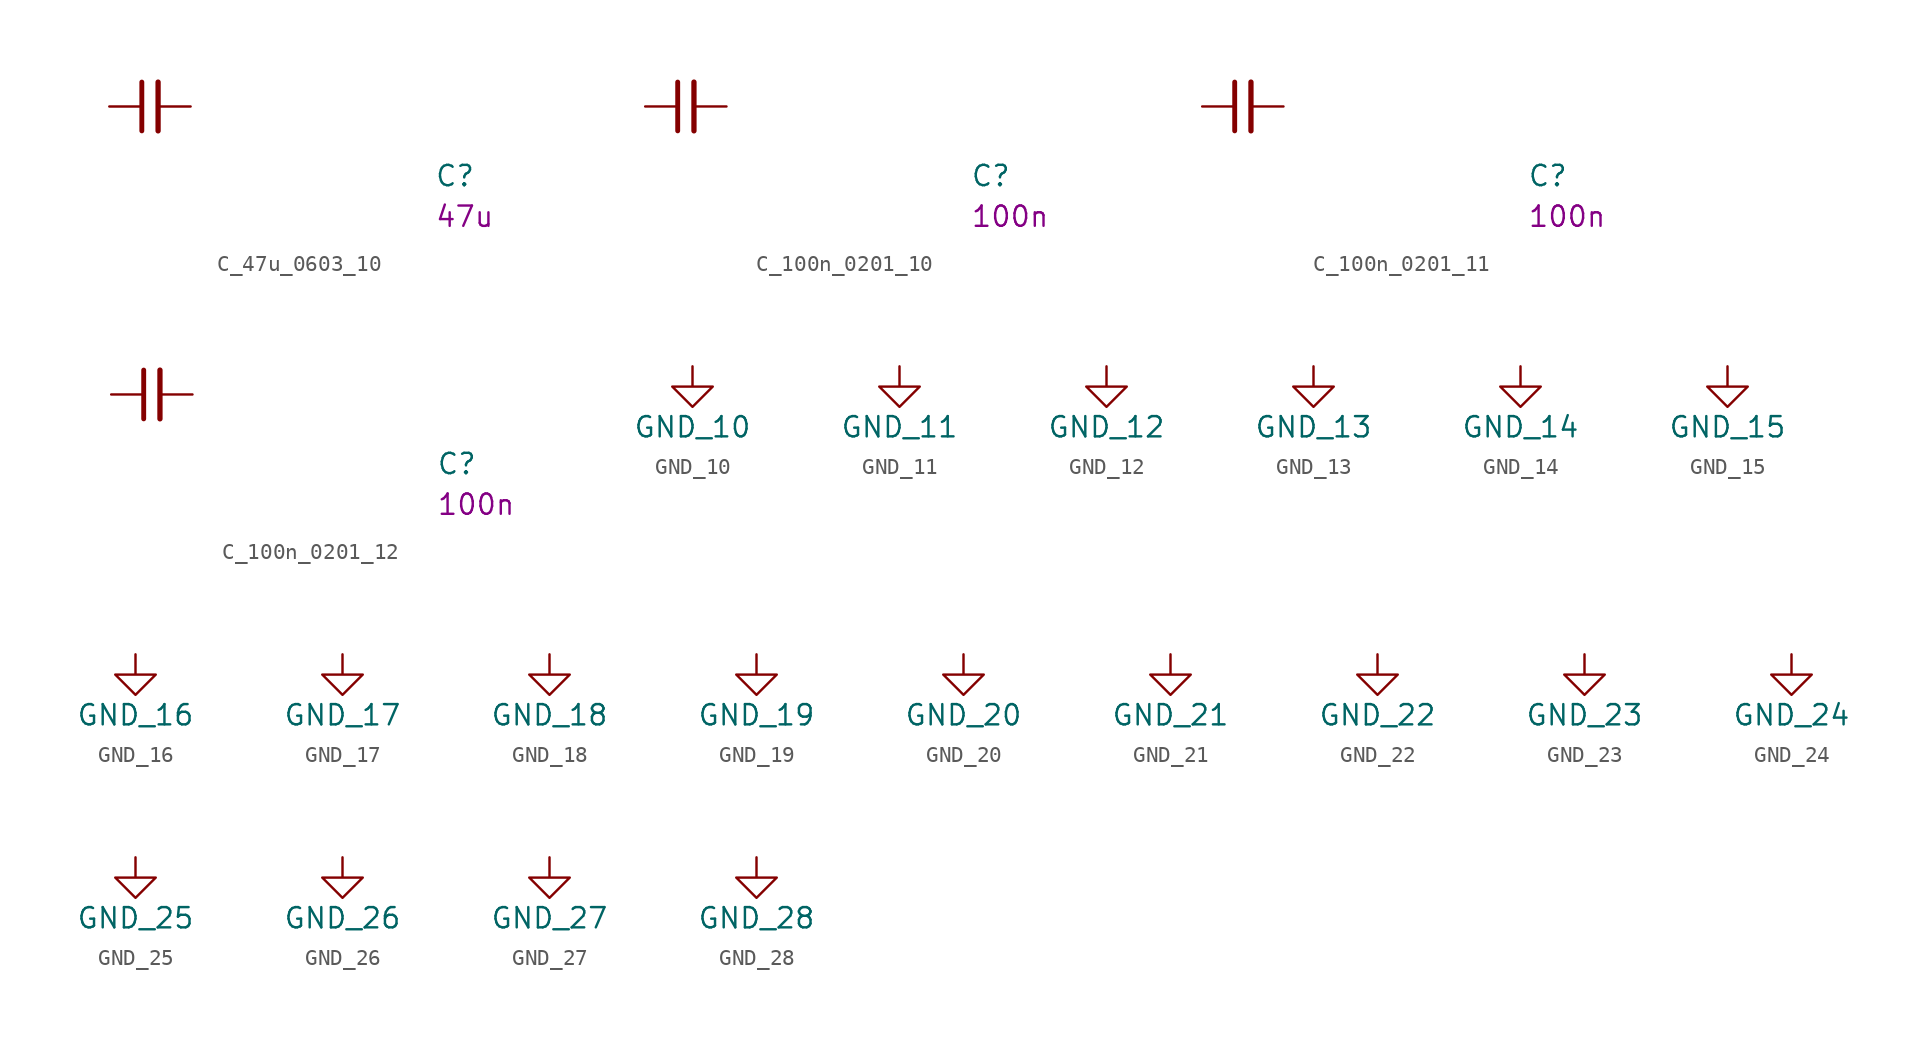
<source format=kicad_sym>
(kicad_symbol_lib
  (version 20211014)
  (generator kicad_symbol_editor)
  (symbol "data-center-rdimm-ddr4-tester:C_47u_0603_10"
    (pin_numbers hide)
    (pin_names hide)
    (property "Reference" "C"
      (at 20.32 -5.08 0)
      (effects (font (size 1.27 1.27) (thickness 0.15)) (justify left bottom)))
    (property "Val" "47u"
      (at 20.32 -7.62 0)
      (effects (font (size 1.27 1.27) (thickness 0.15)) (justify left bottom)))
    (symbol "C_47u_0603_10_0_1"
      (polyline (pts (xy 2.032 -1.524) (xy 2.032 1.524)) (stroke (width 0.305) (type default)) (fill (type none)))
      (polyline (pts (xy 3.048 -1.524) (xy 3.048 1.524)) (stroke (width 0.33) (type default)) (fill (type none))))
    (symbol "C_47u_0603_10_1_1"
      (pin passive line (at 0 0 0) (length 2.032) (name "~" (effects (font (size 1.27 1.27)))) (number "1" (effects (font (size 1.27 1.27)))))
      (pin passive line (at 5.08 0 180) (length 2.032) (name "~" (effects (font (size 1.27 1.27)))) (number "2" (effects (font (size 1.27 1.27)))))))
  (symbol "data-center-rdimm-ddr4-tester:C_100n_0201_10"
    (pin_numbers hide)
    (pin_names hide)
    (property "Reference" "C"
      (at 20.32 -5.08 0)
      (effects (font (size 1.27 1.27) (thickness 0.15)) (justify left bottom)))
    (property "Val" "100n"
      (at 20.32 -7.62 0)
      (effects (font (size 1.27 1.27) (thickness 0.15)) (justify left bottom)))
    (symbol "C_100n_0201_10_0_1"
      (polyline (pts (xy 2.032 -1.524) (xy 2.032 1.524)) (stroke (width 0.305) (type default)) (fill (type none)))
      (polyline (pts (xy 3.048 -1.524) (xy 3.048 1.524)) (stroke (width 0.33) (type default)) (fill (type none))))
    (symbol "C_100n_0201_10_1_1"
      (pin passive line (at 0 0 0) (length 2.032) (name "~" (effects (font (size 1.27 1.27)))) (number "1" (effects (font (size 1.27 1.27)))))
      (pin passive line (at 5.08 0 180) (length 2.032) (name "~" (effects (font (size 1.27 1.27)))) (number "2" (effects (font (size 1.27 1.27)))))))
  (symbol "data-center-rdimm-ddr4-tester:C_100n_0201_11"
    (pin_numbers hide)
    (pin_names hide)
    (property "Reference" "C"
      (at 20.32 -5.08 0)
      (effects (font (size 1.27 1.27) (thickness 0.15)) (justify left bottom)))
    (property "Val" "100n"
      (at 20.32 -7.62 0)
      (effects (font (size 1.27 1.27) (thickness 0.15)) (justify left bottom)))
    (symbol "C_100n_0201_11_0_1"
      (polyline (pts (xy 2.032 -1.524) (xy 2.032 1.524)) (stroke (width 0.305) (type default)) (fill (type none)))
      (polyline (pts (xy 3.048 -1.524) (xy 3.048 1.524)) (stroke (width 0.33) (type default)) (fill (type none))))
    (symbol "C_100n_0201_11_1_1"
      (pin passive line (at 0 0 0) (length 2.032) (name "~" (effects (font (size 1.27 1.27)))) (number "1" (effects (font (size 1.27 1.27)))))
      (pin passive line (at 5.08 0 180) (length 2.032) (name "~" (effects (font (size 1.27 1.27)))) (number "2" (effects (font (size 1.27 1.27)))))))
  (symbol "data-center-rdimm-ddr4-tester:C_100n_0201_12"
    (pin_numbers hide)
    (pin_names hide)
    (property "Reference" "C"
      (at 20.32 -5.08 0)
      (effects (font (size 1.27 1.27) (thickness 0.15)) (justify left bottom)))
    (property "Val" "100n"
      (at 20.32 -7.62 0)
      (effects (font (size 1.27 1.27) (thickness 0.15)) (justify left bottom)))
    (symbol "C_100n_0201_12_0_1"
      (polyline (pts (xy 2.032 -1.524) (xy 2.032 1.524)) (stroke (width 0.305) (type default)) (fill (type none)))
      (polyline (pts (xy 3.048 -1.524) (xy 3.048 1.524)) (stroke (width 0.33) (type default)) (fill (type none))))
    (symbol "C_100n_0201_12_1_1"
      (pin passive line (at 0 0 0) (length 2.032) (name "~" (effects (font (size 1.27 1.27)))) (number "1" (effects (font (size 1.27 1.27)))))
      (pin passive line (at 5.08 0 180) (length 2.032) (name "~" (effects (font (size 1.27 1.27)))) (number "2" (effects (font (size 1.27 1.27)))))))
  (symbol "data-center-rdimm-ddr4-tester:GND_10"
    (power)
    (pin_names
      (offset 0))
    (property "Reference" "#PWR"
      (at 0 -6.35 0)
      (effects (font (size 1.27 1.27)) hide))
    (property "Value" "GND_10"
      (at 0 -3.81 0)
      (effects (font (size 1.27 1.27))))
    (symbol "GND_10_0_1"
      (polyline (pts (xy 0 0) (xy 0 -1.27) (xy 1.27 -1.27) (xy 0 -2.54) (xy -1.27 -1.27) (xy 0 -1.27)) (stroke (width 0) (type default)) (fill (type none))))
    (symbol "GND_10_1_1"
      (pin power_in line (at 0 0 270) (length 0) hide (name "GND" (effects (font (size 1.27 1.27)))) (number "1" (effects (font (size 1.27 1.27)))))))
  (symbol "data-center-rdimm-ddr4-tester:GND_11"
    (power)
    (pin_names
      (offset 0))
    (property "Reference" "#PWR"
      (at 0 -6.35 0)
      (effects (font (size 1.27 1.27)) hide))
    (property "Value" "GND_11"
      (at 0 -3.81 0)
      (effects (font (size 1.27 1.27))))
    (symbol "GND_11_0_1"
      (polyline (pts (xy 0 0) (xy 0 -1.27) (xy 1.27 -1.27) (xy 0 -2.54) (xy -1.27 -1.27) (xy 0 -1.27)) (stroke (width 0) (type default)) (fill (type none))))
    (symbol "GND_11_1_1"
      (pin power_in line (at 0 0 270) (length 0) hide (name "GND" (effects (font (size 1.27 1.27)))) (number "1" (effects (font (size 1.27 1.27)))))))
  (symbol "data-center-rdimm-ddr4-tester:GND_12"
    (power)
    (pin_names
      (offset 0))
    (property "Reference" "#PWR"
      (at 0 -6.35 0)
      (effects (font (size 1.27 1.27)) hide))
    (property "Value" "GND_12"
      (at 0 -3.81 0)
      (effects (font (size 1.27 1.27))))
    (symbol "GND_12_0_1"
      (polyline (pts (xy 0 0) (xy 0 -1.27) (xy 1.27 -1.27) (xy 0 -2.54) (xy -1.27 -1.27) (xy 0 -1.27)) (stroke (width 0) (type default)) (fill (type none))))
    (symbol "GND_12_1_1"
      (pin power_in line (at 0 0 270) (length 0) hide (name "GND" (effects (font (size 1.27 1.27)))) (number "1" (effects (font (size 1.27 1.27)))))))
  (symbol "data-center-rdimm-ddr4-tester:GND_13"
    (power)
    (pin_names
      (offset 0))
    (property "Reference" "#PWR"
      (at 0 -6.35 0)
      (effects (font (size 1.27 1.27)) hide))
    (property "Value" "GND_13"
      (at 0 -3.81 0)
      (effects (font (size 1.27 1.27))))
    (symbol "GND_13_0_1"
      (polyline (pts (xy 0 0) (xy 0 -1.27) (xy 1.27 -1.27) (xy 0 -2.54) (xy -1.27 -1.27) (xy 0 -1.27)) (stroke (width 0) (type default)) (fill (type none))))
    (symbol "GND_13_1_1"
      (pin power_in line (at 0 0 270) (length 0) hide (name "GND" (effects (font (size 1.27 1.27)))) (number "1" (effects (font (size 1.27 1.27)))))))
  (symbol "data-center-rdimm-ddr4-tester:GND_14"
    (power)
    (pin_names
      (offset 0))
    (property "Reference" "#PWR"
      (at 0 -6.35 0)
      (effects (font (size 1.27 1.27)) hide))
    (property "Value" "GND_14"
      (at 0 -3.81 0)
      (effects (font (size 1.27 1.27))))
    (symbol "GND_14_0_1"
      (polyline (pts (xy 0 0) (xy 0 -1.27) (xy 1.27 -1.27) (xy 0 -2.54) (xy -1.27 -1.27) (xy 0 -1.27)) (stroke (width 0) (type default)) (fill (type none))))
    (symbol "GND_14_1_1"
      (pin power_in line (at 0 0 270) (length 0) hide (name "GND" (effects (font (size 1.27 1.27)))) (number "1" (effects (font (size 1.27 1.27)))))))
  (symbol "data-center-rdimm-ddr4-tester:GND_15"
    (power)
    (pin_names
      (offset 0))
    (property "Reference" "#PWR"
      (at 0 -6.35 0)
      (effects (font (size 1.27 1.27)) hide))
    (property "Value" "GND_15"
      (at 0 -3.81 0)
      (effects (font (size 1.27 1.27))))
    (symbol "GND_15_0_1"
      (polyline (pts (xy 0 0) (xy 0 -1.27) (xy 1.27 -1.27) (xy 0 -2.54) (xy -1.27 -1.27) (xy 0 -1.27)) (stroke (width 0) (type default)) (fill (type none))))
    (symbol "GND_15_1_1"
      (pin power_in line (at 0 0 270) (length 0) hide (name "GND" (effects (font (size 1.27 1.27)))) (number "1" (effects (font (size 1.27 1.27)))))))
  (symbol "data-center-rdimm-ddr4-tester:GND_16"
    (power)
    (pin_names
      (offset 0))
    (property "Reference" "#PWR"
      (at 0 -6.35 0)
      (effects (font (size 1.27 1.27)) hide))
    (property "Value" "GND_16"
      (at 0 -3.81 0)
      (effects (font (size 1.27 1.27))))
    (symbol "GND_16_0_1"
      (polyline (pts (xy 0 0) (xy 0 -1.27) (xy 1.27 -1.27) (xy 0 -2.54) (xy -1.27 -1.27) (xy 0 -1.27)) (stroke (width 0) (type default)) (fill (type none))))
    (symbol "GND_16_1_1"
      (pin power_in line (at 0 0 270) (length 0) hide (name "GND" (effects (font (size 1.27 1.27)))) (number "1" (effects (font (size 1.27 1.27)))))))
  (symbol "data-center-rdimm-ddr4-tester:GND_17"
    (power)
    (pin_names
      (offset 0))
    (property "Reference" "#PWR"
      (at 0 -6.35 0)
      (effects (font (size 1.27 1.27)) hide))
    (property "Value" "GND_17"
      (at 0 -3.81 0)
      (effects (font (size 1.27 1.27))))
    (symbol "GND_17_0_1"
      (polyline (pts (xy 0 0) (xy 0 -1.27) (xy 1.27 -1.27) (xy 0 -2.54) (xy -1.27 -1.27) (xy 0 -1.27)) (stroke (width 0) (type default)) (fill (type none))))
    (symbol "GND_17_1_1"
      (pin power_in line (at 0 0 270) (length 0) hide (name "GND" (effects (font (size 1.27 1.27)))) (number "1" (effects (font (size 1.27 1.27)))))))
  (symbol "data-center-rdimm-ddr4-tester:GND_18"
    (power)
    (pin_names
      (offset 0))
    (property "Reference" "#PWR"
      (at 0 -6.35 0)
      (effects (font (size 1.27 1.27)) hide))
    (property "Value" "GND_18"
      (at 0 -3.81 0)
      (effects (font (size 1.27 1.27))))
    (symbol "GND_18_0_1"
      (polyline (pts (xy 0 0) (xy 0 -1.27) (xy 1.27 -1.27) (xy 0 -2.54) (xy -1.27 -1.27) (xy 0 -1.27)) (stroke (width 0) (type default)) (fill (type none))))
    (symbol "GND_18_1_1"
      (pin power_in line (at 0 0 270) (length 0) hide (name "GND" (effects (font (size 1.27 1.27)))) (number "1" (effects (font (size 1.27 1.27)))))))
  (symbol "data-center-rdimm-ddr4-tester:GND_19"
    (power)
    (pin_names
      (offset 0))
    (property "Reference" "#PWR"
      (at 0 -6.35 0)
      (effects (font (size 1.27 1.27)) hide))
    (property "Value" "GND_19"
      (at 0 -3.81 0)
      (effects (font (size 1.27 1.27))))
    (symbol "GND_19_0_1"
      (polyline (pts (xy 0 0) (xy 0 -1.27) (xy 1.27 -1.27) (xy 0 -2.54) (xy -1.27 -1.27) (xy 0 -1.27)) (stroke (width 0) (type default)) (fill (type none))))
    (symbol "GND_19_1_1"
      (pin power_in line (at 0 0 270) (length 0) hide (name "GND" (effects (font (size 1.27 1.27)))) (number "1" (effects (font (size 1.27 1.27)))))))
  (symbol "data-center-rdimm-ddr4-tester:GND_20"
    (power)
    (pin_names
      (offset 0))
    (property "Reference" "#PWR"
      (at 0 -6.35 0)
      (effects (font (size 1.27 1.27)) hide))
    (property "Value" "GND_20"
      (at 0 -3.81 0)
      (effects (font (size 1.27 1.27))))
    (symbol "GND_20_0_1"
      (polyline (pts (xy 0 0) (xy 0 -1.27) (xy 1.27 -1.27) (xy 0 -2.54) (xy -1.27 -1.27) (xy 0 -1.27)) (stroke (width 0) (type default)) (fill (type none))))
    (symbol "GND_20_1_1"
      (pin power_in line (at 0 0 270) (length 0) hide (name "GND" (effects (font (size 1.27 1.27)))) (number "1" (effects (font (size 1.27 1.27)))))))
  (symbol "data-center-rdimm-ddr4-tester:GND_21"
    (power)
    (pin_names
      (offset 0))
    (property "Reference" "#PWR"
      (at 0 -6.35 0)
      (effects (font (size 1.27 1.27)) hide))
    (property "Value" "GND_21"
      (at 0 -3.81 0)
      (effects (font (size 1.27 1.27))))
    (symbol "GND_21_0_1"
      (polyline (pts (xy 0 0) (xy 0 -1.27) (xy 1.27 -1.27) (xy 0 -2.54) (xy -1.27 -1.27) (xy 0 -1.27)) (stroke (width 0) (type default)) (fill (type none))))
    (symbol "GND_21_1_1"
      (pin power_in line (at 0 0 270) (length 0) hide (name "GND" (effects (font (size 1.27 1.27)))) (number "1" (effects (font (size 1.27 1.27)))))))
  (symbol "data-center-rdimm-ddr4-tester:GND_22"
    (power)
    (pin_names
      (offset 0))
    (property "Reference" "#PWR"
      (at 0 -6.35 0)
      (effects (font (size 1.27 1.27)) hide))
    (property "Value" "GND_22"
      (at 0 -3.81 0)
      (effects (font (size 1.27 1.27))))
    (symbol "GND_22_0_1"
      (polyline (pts (xy 0 0) (xy 0 -1.27) (xy 1.27 -1.27) (xy 0 -2.54) (xy -1.27 -1.27) (xy 0 -1.27)) (stroke (width 0) (type default)) (fill (type none))))
    (symbol "GND_22_1_1"
      (pin power_in line (at 0 0 270) (length 0) hide (name "GND" (effects (font (size 1.27 1.27)))) (number "1" (effects (font (size 1.27 1.27)))))))
  (symbol "data-center-rdimm-ddr4-tester:GND_23"
    (power)
    (pin_names
      (offset 0))
    (property "Reference" "#PWR"
      (at 0 -6.35 0)
      (effects (font (size 1.27 1.27)) hide))
    (property "Value" "GND_23"
      (at 0 -3.81 0)
      (effects (font (size 1.27 1.27))))
    (symbol "GND_23_0_1"
      (polyline (pts (xy 0 0) (xy 0 -1.27) (xy 1.27 -1.27) (xy 0 -2.54) (xy -1.27 -1.27) (xy 0 -1.27)) (stroke (width 0) (type default)) (fill (type none))))
    (symbol "GND_23_1_1"
      (pin power_in line (at 0 0 270) (length 0) hide (name "GND" (effects (font (size 1.27 1.27)))) (number "1" (effects (font (size 1.27 1.27)))))))
  (symbol "data-center-rdimm-ddr4-tester:GND_24"
    (power)
    (pin_names
      (offset 0))
    (property "Reference" "#PWR"
      (at 0 -6.35 0)
      (effects (font (size 1.27 1.27)) hide))
    (property "Value" "GND_24"
      (at 0 -3.81 0)
      (effects (font (size 1.27 1.27))))
    (symbol "GND_24_0_1"
      (polyline (pts (xy 0 0) (xy 0 -1.27) (xy 1.27 -1.27) (xy 0 -2.54) (xy -1.27 -1.27) (xy 0 -1.27)) (stroke (width 0) (type default)) (fill (type none))))
    (symbol "GND_24_1_1"
      (pin power_in line (at 0 0 270) (length 0) hide (name "GND" (effects (font (size 1.27 1.27)))) (number "1" (effects (font (size 1.27 1.27)))))))
  (symbol "data-center-rdimm-ddr4-tester:GND_25"
    (power)
    (pin_names
      (offset 0))
    (property "Reference" "#PWR"
      (at 0 -6.35 0)
      (effects (font (size 1.27 1.27)) hide))
    (property "Value" "GND_25"
      (at 0 -3.81 0)
      (effects (font (size 1.27 1.27))))
    (symbol "GND_25_0_1"
      (polyline (pts (xy 0 0) (xy 0 -1.27) (xy 1.27 -1.27) (xy 0 -2.54) (xy -1.27 -1.27) (xy 0 -1.27)) (stroke (width 0) (type default)) (fill (type none))))
    (symbol "GND_25_1_1"
      (pin power_in line (at 0 0 270) (length 0) hide (name "GND" (effects (font (size 1.27 1.27)))) (number "1" (effects (font (size 1.27 1.27)))))))
  (symbol "data-center-rdimm-ddr4-tester:GND_26"
    (power)
    (pin_names
      (offset 0))
    (property "Reference" "#PWR"
      (at 0 -6.35 0)
      (effects (font (size 1.27 1.27)) hide))
    (property "Value" "GND_26"
      (at 0 -3.81 0)
      (effects (font (size 1.27 1.27))))
    (symbol "GND_26_0_1"
      (polyline (pts (xy 0 0) (xy 0 -1.27) (xy 1.27 -1.27) (xy 0 -2.54) (xy -1.27 -1.27) (xy 0 -1.27)) (stroke (width 0) (type default)) (fill (type none))))
    (symbol "GND_26_1_1"
      (pin power_in line (at 0 0 270) (length 0) hide (name "GND" (effects (font (size 1.27 1.27)))) (number "1" (effects (font (size 1.27 1.27)))))))
  (symbol "data-center-rdimm-ddr4-tester:GND_27"
    (power)
    (pin_names
      (offset 0))
    (property "Reference" "#PWR"
      (at 0 -6.35 0)
      (effects (font (size 1.27 1.27)) hide))
    (property "Value" "GND_27"
      (at 0 -3.81 0)
      (effects (font (size 1.27 1.27))))
    (symbol "GND_27_0_1"
      (polyline (pts (xy 0 0) (xy 0 -1.27) (xy 1.27 -1.27) (xy 0 -2.54) (xy -1.27 -1.27) (xy 0 -1.27)) (stroke (width 0) (type default)) (fill (type none))))
    (symbol "GND_27_1_1"
      (pin power_in line (at 0 0 270) (length 0) hide (name "GND" (effects (font (size 1.27 1.27)))) (number "1" (effects (font (size 1.27 1.27)))))))
  (symbol "data-center-rdimm-ddr4-tester:GND_28"
    (power)
    (pin_names
      (offset 0))
    (property "Reference" "#PWR"
      (at 0 -6.35 0)
      (effects (font (size 1.27 1.27)) hide))
    (property "Value" "GND_28"
      (at 0 -3.81 0)
      (effects (font (size 1.27 1.27))))
    (symbol "GND_28_0_1"
      (polyline (pts (xy 0 0) (xy 0 -1.27) (xy 1.27 -1.27) (xy 0 -2.54) (xy -1.27 -1.27) (xy 0 -1.27)) (stroke (width 0) (type default)) (fill (type none))))
    (symbol "GND_28_1_1"
      (pin power_in line (at 0 0 270) (length 0) hide (name "GND" (effects (font (size 1.27 1.27)))) (number "1" (effects (font (size 1.27 1.27))))))))
</source>
